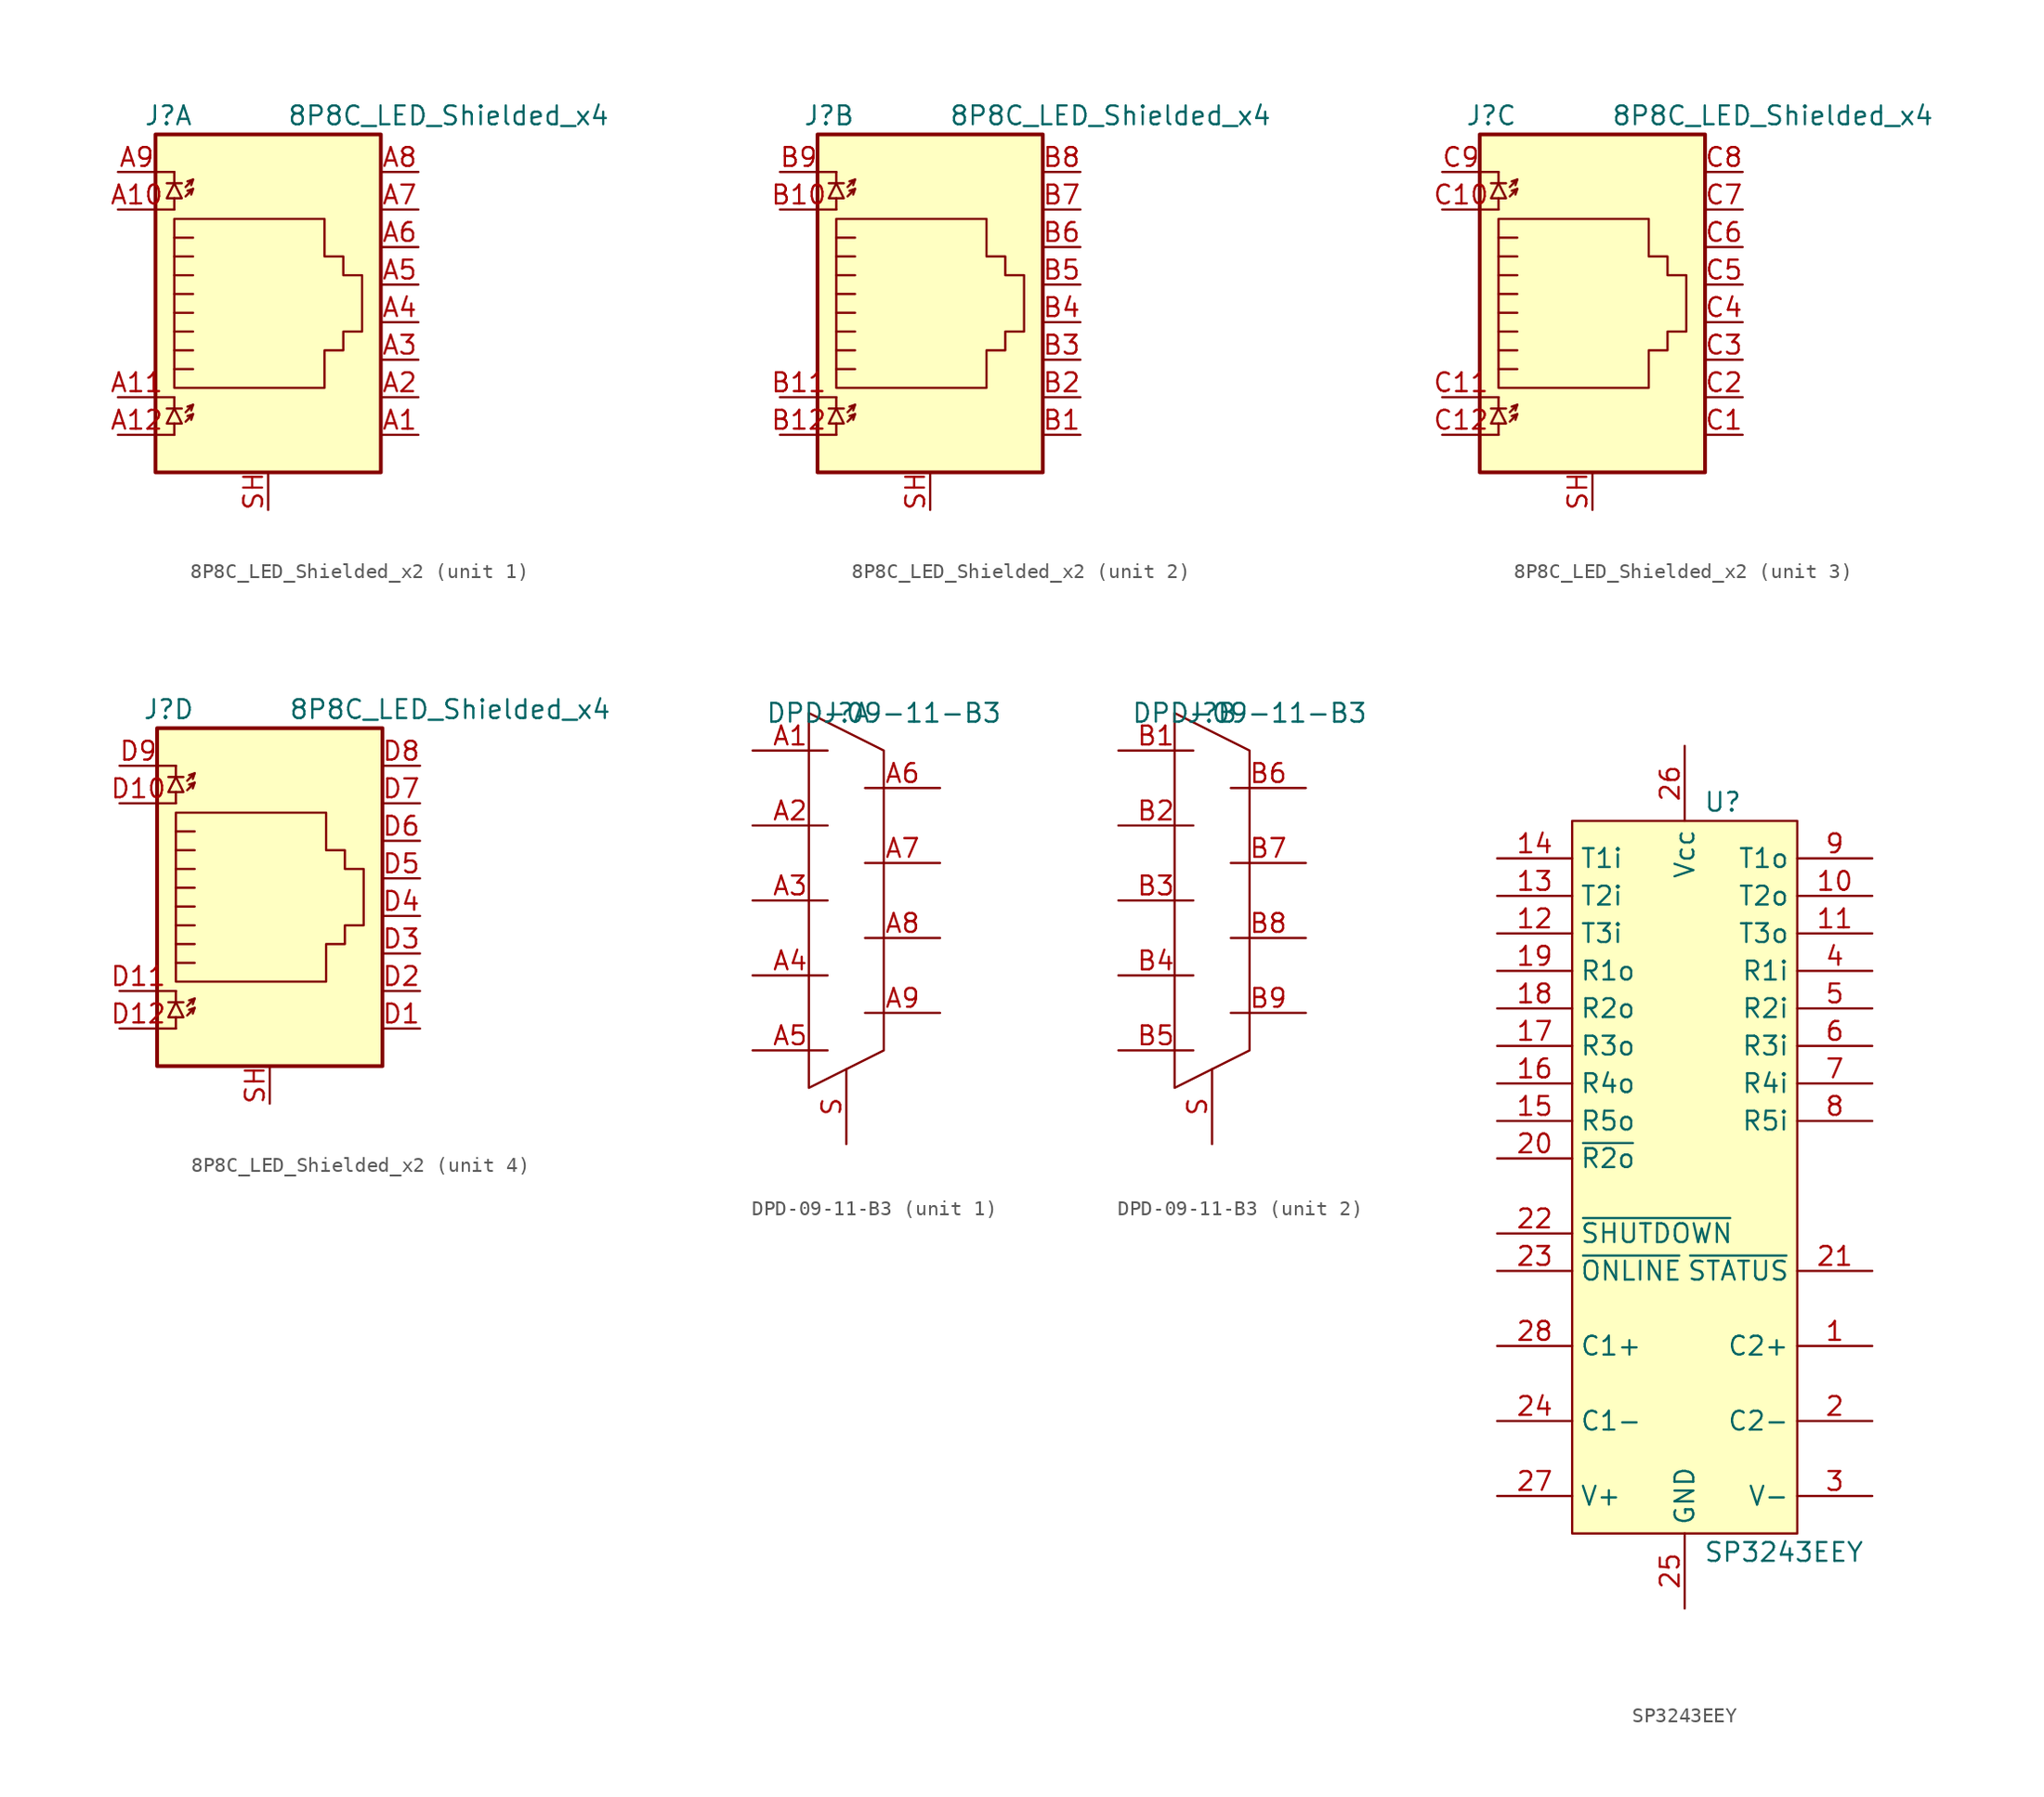
<source format=kicad_sym>
(kicad_symbol_lib
  (version 20231120)
  (generator "kicad_symbol_editor")
  (generator_version "8.0")
  (symbol "8P8C_LED_Shielded_x2"
    (property "Reference" "J"
      (at -5.08 13.97 0)
      (effects (font (size 1.27 1.27)) (justify right)))
    (property "Value" "8P8C_LED_Shielded_x4"
      (at 1.27 13.97 0)
      (effects (font (size 1.27 1.27)) (justify left)))
    (symbol "8P8C_LED_Shielded_x2_0_1"
      (polyline (pts (xy -7.62 -7.62) (xy -6.35 -7.62)) (stroke (width 0) (type default)) (fill (type none)))
      (polyline (pts (xy -7.62 -5.08) (xy -6.35 -5.08)) (stroke (width 0) (type default)) (fill (type none)))
      (polyline (pts (xy -7.62 7.62) (xy -6.35 7.62)) (stroke (width 0) (type default)) (fill (type none)))
      (polyline (pts (xy -7.62 10.16) (xy -6.35 10.16)) (stroke (width 0) (type default)) (fill (type none)))
      (polyline (pts (xy -6.858 -5.842) (xy -5.842 -5.842)) (stroke (width 0) (type default)) (fill (type none)))
      (polyline (pts (xy -6.858 9.398) (xy -5.842 9.398)) (stroke (width 0) (type default)) (fill (type none)))
      (polyline (pts (xy -6.35 -7.62) (xy -6.35 -6.858)) (stroke (width 0) (type default)) (fill (type none)))
      (polyline (pts (xy -6.35 -5.08) (xy -6.35 -5.842)) (stroke (width 0) (type default)) (fill (type none)))
      (polyline (pts (xy -6.35 7.62) (xy -6.35 8.382)) (stroke (width 0) (type default)) (fill (type none)))
      (polyline (pts (xy -6.35 10.16) (xy -6.35 9.398)) (stroke (width 0) (type default)) (fill (type none)))
      (polyline (pts (xy -5.08 -6.223) (xy -5.207 -6.604)) (stroke (width 0) (type default)) (fill (type none)))
      (polyline (pts (xy -5.08 -5.588) (xy -5.207 -5.969)) (stroke (width 0) (type default)) (fill (type none)))
      (polyline (pts (xy -5.08 4.445) (xy -6.35 4.445)) (stroke (width 0) (type default)) (fill (type none)))
      (polyline (pts (xy -5.08 5.715) (xy -6.35 5.715)) (stroke (width 0) (type default)) (fill (type none)))
      (polyline (pts (xy -5.08 9.017) (xy -5.207 8.636)) (stroke (width 0) (type default)) (fill (type none)))
      (polyline (pts (xy -5.08 9.652) (xy -5.207 9.271)) (stroke (width 0) (type default)) (fill (type none)))
      (polyline (pts (xy -6.35 -3.175) (xy -5.08 -3.175) (xy -5.08 -3.175)) (stroke (width 0) (type default)) (fill (type none)))
      (polyline (pts (xy -6.35 -1.905) (xy -5.08 -1.905) (xy -5.08 -1.905)) (stroke (width 0) (type default)) (fill (type none)))
      (polyline (pts (xy -6.35 -0.635) (xy -5.08 -0.635) (xy -5.08 -0.635)) (stroke (width 0) (type default)) (fill (type none)))
      (polyline (pts (xy -6.35 0.635) (xy -5.08 0.635) (xy -5.08 0.635)) (stroke (width 0) (type default)) (fill (type none)))
      (polyline (pts (xy -6.35 1.905) (xy -5.08 1.905) (xy -5.08 1.905)) (stroke (width 0) (type default)) (fill (type none)))
      (polyline (pts (xy -5.588 -6.731) (xy -5.08 -6.223) (xy -5.461 -6.35)) (stroke (width 0) (type default)) (fill (type none)))
      (polyline (pts (xy -5.588 -6.096) (xy -5.08 -5.588) (xy -5.461 -5.715)) (stroke (width 0) (type default)) (fill (type none)))
      (polyline (pts (xy -5.588 8.509) (xy -5.08 9.017) (xy -5.461 8.89)) (stroke (width 0) (type default)) (fill (type none)))
      (polyline (pts (xy -5.588 9.144) (xy -5.08 9.652) (xy -5.461 9.525)) (stroke (width 0) (type default)) (fill (type none)))
      (polyline (pts (xy -5.08 3.175) (xy -6.35 3.175) (xy -6.35 3.175)) (stroke (width 0) (type default)) (fill (type none)))
      (polyline (pts (xy -6.35 -5.842) (xy -6.858 -6.858) (xy -5.842 -6.858) (xy -6.35 -5.842)) (stroke (width 0) (type default)) (fill (type none)))
      (polyline (pts (xy -6.35 9.398) (xy -6.858 8.382) (xy -5.842 8.382) (xy -6.35 9.398)) (stroke (width 0) (type default)) (fill (type none)))
      (polyline (pts (xy -6.35 -4.445) (xy -6.35 6.985) (xy 3.81 6.985) (xy 3.81 4.445) (xy 5.08 4.445) (xy 5.08 3.175) (xy 6.35 3.175) (xy 6.35 -0.635) (xy 5.08 -0.635) (xy 5.08 -1.905) (xy 3.81 -1.905) (xy 3.81 -4.445) (xy -6.35 -4.445) (xy -6.35 -4.445)) (stroke (width 0) (type default)) (fill (type none)))
      (rectangle (start 7.62 12.7) (end -7.62 -10.16) (stroke (width 0.254) (type default)) (fill (type background))))
    (symbol "8P8C_LED_Shielded_x2_1_1"
      (pin passive line (at 10.16 -7.62 180) (length 2.54) (name "~" (effects (font (size 1.27 1.27)))) (number "A1" (effects (font (size 1.27 1.27)))))
      (pin passive line (at -10.16 7.62 0) (length 2.54) (name "~" (effects (font (size 1.27 1.27)))) (number "A10" (effects (font (size 1.27 1.27)))))
      (pin passive line (at -10.16 -5.08 0) (length 2.54) (name "~" (effects (font (size 1.27 1.27)))) (number "A11" (effects (font (size 1.27 1.27)))))
      (pin passive line (at -10.16 -7.62 0) (length 2.54) (name "~" (effects (font (size 1.27 1.27)))) (number "A12" (effects (font (size 1.27 1.27)))))
      (pin passive line (at 10.16 -5.08 180) (length 2.54) (name "~" (effects (font (size 1.27 1.27)))) (number "A2" (effects (font (size 1.27 1.27)))))
      (pin passive line (at 10.16 -2.54 180) (length 2.54) (name "~" (effects (font (size 1.27 1.27)))) (number "A3" (effects (font (size 1.27 1.27)))))
      (pin passive line (at 10.16 0 180) (length 2.54) (name "~" (effects (font (size 1.27 1.27)))) (number "A4" (effects (font (size 1.27 1.27)))))
      (pin passive line (at 10.16 2.54 180) (length 2.54) (name "~" (effects (font (size 1.27 1.27)))) (number "A5" (effects (font (size 1.27 1.27)))))
      (pin passive line (at 10.16 5.08 180) (length 2.54) (name "~" (effects (font (size 1.27 1.27)))) (number "A6" (effects (font (size 1.27 1.27)))))
      (pin passive line (at 10.16 7.62 180) (length 2.54) (name "~" (effects (font (size 1.27 1.27)))) (number "A7" (effects (font (size 1.27 1.27)))))
      (pin passive line (at 10.16 10.16 180) (length 2.54) (name "~" (effects (font (size 1.27 1.27)))) (number "A8" (effects (font (size 1.27 1.27)))))
      (pin passive line (at -10.16 10.16 0) (length 2.54) (name "~" (effects (font (size 1.27 1.27)))) (number "A9" (effects (font (size 1.27 1.27)))))
      (pin passive line (at 0 -12.7 90) (length 2.54) (name "~" (effects (font (size 1.27 1.27)))) (number "SH" (effects (font (size 1.27 1.27))))))
    (symbol "8P8C_LED_Shielded_x2_2_1"
      (pin passive line (at 10.16 -7.62 180) (length 2.54) (name "~" (effects (font (size 1.27 1.27)))) (number "B1" (effects (font (size 1.27 1.27)))))
      (pin passive line (at -10.16 7.62 0) (length 2.54) (name "~" (effects (font (size 1.27 1.27)))) (number "B10" (effects (font (size 1.27 1.27)))))
      (pin passive line (at -10.16 -5.08 0) (length 2.54) (name "~" (effects (font (size 1.27 1.27)))) (number "B11" (effects (font (size 1.27 1.27)))))
      (pin passive line (at -10.16 -7.62 0) (length 2.54) (name "~" (effects (font (size 1.27 1.27)))) (number "B12" (effects (font (size 1.27 1.27)))))
      (pin passive line (at 10.16 -5.08 180) (length 2.54) (name "~" (effects (font (size 1.27 1.27)))) (number "B2" (effects (font (size 1.27 1.27)))))
      (pin passive line (at 10.16 -2.54 180) (length 2.54) (name "~" (effects (font (size 1.27 1.27)))) (number "B3" (effects (font (size 1.27 1.27)))))
      (pin passive line (at 10.16 0 180) (length 2.54) (name "~" (effects (font (size 1.27 1.27)))) (number "B4" (effects (font (size 1.27 1.27)))))
      (pin passive line (at 10.16 2.54 180) (length 2.54) (name "~" (effects (font (size 1.27 1.27)))) (number "B5" (effects (font (size 1.27 1.27)))))
      (pin passive line (at 10.16 5.08 180) (length 2.54) (name "~" (effects (font (size 1.27 1.27)))) (number "B6" (effects (font (size 1.27 1.27)))))
      (pin passive line (at 10.16 7.62 180) (length 2.54) (name "~" (effects (font (size 1.27 1.27)))) (number "B7" (effects (font (size 1.27 1.27)))))
      (pin passive line (at 10.16 10.16 180) (length 2.54) (name "~" (effects (font (size 1.27 1.27)))) (number "B8" (effects (font (size 1.27 1.27)))))
      (pin passive line (at -10.16 10.16 0) (length 2.54) (name "~" (effects (font (size 1.27 1.27)))) (number "B9" (effects (font (size 1.27 1.27)))))
      (pin passive line (at 0 -12.7 90) (length 2.54) (name "~" (effects (font (size 1.27 1.27)))) (number "SH" (effects (font (size 1.27 1.27))))))
    (symbol "8P8C_LED_Shielded_x2_3_1"
      (pin passive line (at 10.16 -7.62 180) (length 2.54) (name "~" (effects (font (size 1.27 1.27)))) (number "C1" (effects (font (size 1.27 1.27)))))
      (pin passive line (at -10.16 7.62 0) (length 2.54) (name "~" (effects (font (size 1.27 1.27)))) (number "C10" (effects (font (size 1.27 1.27)))))
      (pin passive line (at -10.16 -5.08 0) (length 2.54) (name "~" (effects (font (size 1.27 1.27)))) (number "C11" (effects (font (size 1.27 1.27)))))
      (pin passive line (at -10.16 -7.62 0) (length 2.54) (name "~" (effects (font (size 1.27 1.27)))) (number "C12" (effects (font (size 1.27 1.27)))))
      (pin passive line (at 10.16 -5.08 180) (length 2.54) (name "~" (effects (font (size 1.27 1.27)))) (number "C2" (effects (font (size 1.27 1.27)))))
      (pin passive line (at 10.16 -2.54 180) (length 2.54) (name "~" (effects (font (size 1.27 1.27)))) (number "C3" (effects (font (size 1.27 1.27)))))
      (pin passive line (at 10.16 0 180) (length 2.54) (name "~" (effects (font (size 1.27 1.27)))) (number "C4" (effects (font (size 1.27 1.27)))))
      (pin passive line (at 10.16 2.54 180) (length 2.54) (name "~" (effects (font (size 1.27 1.27)))) (number "C5" (effects (font (size 1.27 1.27)))))
      (pin passive line (at 10.16 5.08 180) (length 2.54) (name "~" (effects (font (size 1.27 1.27)))) (number "C6" (effects (font (size 1.27 1.27)))))
      (pin passive line (at 10.16 7.62 180) (length 2.54) (name "~" (effects (font (size 1.27 1.27)))) (number "C7" (effects (font (size 1.27 1.27)))))
      (pin passive line (at 10.16 10.16 180) (length 2.54) (name "~" (effects (font (size 1.27 1.27)))) (number "C8" (effects (font (size 1.27 1.27)))))
      (pin passive line (at -10.16 10.16 0) (length 2.54) (name "~" (effects (font (size 1.27 1.27)))) (number "C9" (effects (font (size 1.27 1.27)))))
      (pin passive line (at 0 -12.7 90) (length 2.54) (name "~" (effects (font (size 1.27 1.27)))) (number "SH" (effects (font (size 1.27 1.27))))))
    (symbol "8P8C_LED_Shielded_x2_4_1"
      (pin passive line (at 10.16 -7.62 180) (length 2.54) (name "~" (effects (font (size 1.27 1.27)))) (number "D1" (effects (font (size 1.27 1.27)))))
      (pin passive line (at -10.16 7.62 0) (length 2.54) (name "~" (effects (font (size 1.27 1.27)))) (number "D10" (effects (font (size 1.27 1.27)))))
      (pin passive line (at -10.16 -5.08 0) (length 2.54) (name "~" (effects (font (size 1.27 1.27)))) (number "D11" (effects (font (size 1.27 1.27)))))
      (pin passive line (at -10.16 -7.62 0) (length 2.54) (name "~" (effects (font (size 1.27 1.27)))) (number "D12" (effects (font (size 1.27 1.27)))))
      (pin passive line (at 10.16 -5.08 180) (length 2.54) (name "~" (effects (font (size 1.27 1.27)))) (number "D2" (effects (font (size 1.27 1.27)))))
      (pin passive line (at 10.16 -2.54 180) (length 2.54) (name "~" (effects (font (size 1.27 1.27)))) (number "D3" (effects (font (size 1.27 1.27)))))
      (pin passive line (at 10.16 0 180) (length 2.54) (name "~" (effects (font (size 1.27 1.27)))) (number "D4" (effects (font (size 1.27 1.27)))))
      (pin passive line (at 10.16 2.54 180) (length 2.54) (name "~" (effects (font (size 1.27 1.27)))) (number "D5" (effects (font (size 1.27 1.27)))))
      (pin passive line (at 10.16 5.08 180) (length 2.54) (name "~" (effects (font (size 1.27 1.27)))) (number "D6" (effects (font (size 1.27 1.27)))))
      (pin passive line (at 10.16 7.62 180) (length 2.54) (name "~" (effects (font (size 1.27 1.27)))) (number "D7" (effects (font (size 1.27 1.27)))))
      (pin passive line (at 10.16 10.16 180) (length 2.54) (name "~" (effects (font (size 1.27 1.27)))) (number "D8" (effects (font (size 1.27 1.27)))))
      (pin passive line (at -10.16 10.16 0) (length 2.54) (name "~" (effects (font (size 1.27 1.27)))) (number "D9" (effects (font (size 1.27 1.27)))))
      (pin passive line (at 0 -12.7 90) (length 2.54) (name "~" (effects (font (size 1.27 1.27)))) (number "SH" (effects (font (size 1.27 1.27)))))))
  (symbol "DPD-09-11-B3"
    (property "Reference" "J"
      (at 0 0 0)
      (effects (font (size 1.27 1.27))))
    (property "Value" "DPD-09-11-B3"
      (at 2.54 0 0)
      (effects (font (size 1.27 1.27))))
    (property "ki_locked" ""
      (at 0 0 0)
      (effects (font (size 1.27 1.27))))
    (symbol "DPD-09-11-B3_1_1"
      (polyline (pts (xy -2.54 0) (xy -2.54 -25.4) (xy 2.54 -22.86) (xy 2.54 -2.54) (xy -2.54 0)) (stroke (width 0) (type default)) (fill (type none)))
      (pin passive line (at -6.35 -2.54 0) (length 5.08) (name "" (effects (font (size 1.27 1.27)))) (number "A1" (effects (font (size 1.27 1.27)))))
      (pin passive line (at -6.35 -7.62 0) (length 5.08) (name "" (effects (font (size 1.27 1.27)))) (number "A2" (effects (font (size 1.27 1.27)))))
      (pin passive line (at -6.35 -12.7 0) (length 5.08) (name "" (effects (font (size 1.27 1.27)))) (number "A3" (effects (font (size 1.27 1.27)))))
      (pin passive line (at -6.35 -17.78 0) (length 5.08) (name "" (effects (font (size 1.27 1.27)))) (number "A4" (effects (font (size 1.27 1.27)))))
      (pin passive line (at -6.35 -22.86 0) (length 5.08) (name "" (effects (font (size 1.27 1.27)))) (number "A5" (effects (font (size 1.27 1.27)))))
      (pin passive line (at 6.35 -5.08 180) (length 5.08) (name "" (effects (font (size 1.27 1.27)))) (number "A6" (effects (font (size 1.27 1.27)))))
      (pin passive line (at 6.35 -10.16 180) (length 5.08) (name "" (effects (font (size 1.27 1.27)))) (number "A7" (effects (font (size 1.27 1.27)))))
      (pin passive line (at 6.35 -15.24 180) (length 5.08) (name "" (effects (font (size 1.27 1.27)))) (number "A8" (effects (font (size 1.27 1.27)))))
      (pin passive line (at 6.35 -20.32 180) (length 5.08) (name "" (effects (font (size 1.27 1.27)))) (number "A9" (effects (font (size 1.27 1.27)))))
      (pin passive line (at 0 -29.21 90) (length 5.08) (name "" (effects (font (size 1.27 1.27)))) (number "S" (effects (font (size 1.27 1.27))))))
    (symbol "DPD-09-11-B3_2_1"
      (polyline (pts (xy -2.54 0) (xy -2.54 -25.4) (xy 2.54 -22.86) (xy 2.54 -2.54) (xy -2.54 0)) (stroke (width 0) (type default)) (fill (type none)))
      (pin passive line (at -6.35 -2.54 0) (length 5.08) (name "" (effects (font (size 1.27 1.27)))) (number "B1" (effects (font (size 1.27 1.27)))))
      (pin passive line (at -6.35 -7.62 0) (length 5.08) (name "" (effects (font (size 1.27 1.27)))) (number "B2" (effects (font (size 1.27 1.27)))))
      (pin passive line (at -6.35 -12.7 0) (length 5.08) (name "" (effects (font (size 1.27 1.27)))) (number "B3" (effects (font (size 1.27 1.27)))))
      (pin passive line (at -6.35 -17.78 0) (length 5.08) (name "" (effects (font (size 1.27 1.27)))) (number "B4" (effects (font (size 1.27 1.27)))))
      (pin passive line (at -6.35 -22.86 0) (length 5.08) (name "" (effects (font (size 1.27 1.27)))) (number "B5" (effects (font (size 1.27 1.27)))))
      (pin passive line (at 6.35 -5.08 180) (length 5.08) (name "" (effects (font (size 1.27 1.27)))) (number "B6" (effects (font (size 1.27 1.27)))))
      (pin passive line (at 6.35 -10.16 180) (length 5.08) (name "" (effects (font (size 1.27 1.27)))) (number "B7" (effects (font (size 1.27 1.27)))))
      (pin passive line (at 6.35 -15.24 180) (length 5.08) (name "" (effects (font (size 1.27 1.27)))) (number "B8" (effects (font (size 1.27 1.27)))))
      (pin passive line (at 6.35 -20.32 180) (length 5.08) (name "" (effects (font (size 1.27 1.27)))) (number "B9" (effects (font (size 1.27 1.27)))))
      (pin passive line (at 0 -29.21 90) (length 5.08) (name "" (effects (font (size 1.27 1.27)))) (number "S" (effects (font (size 1.27 1.27)))))))
  (symbol "SP3243EEY"
    (property "Reference" "U"
      (at 1.27 25.4 0)
      (do_not_autoplace)
      (effects (font (size 1.27 1.27)) (justify left)))
    (property "Value" "SP3243EEY"
      (at 1.27 -25.4 0)
      (do_not_autoplace)
      (effects (font (size 1.27 1.27)) (justify left)))
    (symbol "SP3243EEY_0_0"
      (pin passive line (at 12.7 -11.43 180) (length 5.08) (name "C2+" (effects (font (size 1.27 1.27)))) (number "1" (effects (font (size 1.27 1.27)))))
      (pin output line (at 12.7 19.05 180) (length 5.08) (name "T2o" (effects (font (size 1.27 1.27)))) (number "10" (effects (font (size 1.27 1.27)))))
      (pin output line (at 12.7 16.51 180) (length 5.08) (name "T3o" (effects (font (size 1.27 1.27)))) (number "11" (effects (font (size 1.27 1.27)))))
      (pin input line (at -12.7 16.51 0) (length 5.08) (name "T3i" (effects (font (size 1.27 1.27)))) (number "12" (effects (font (size 1.27 1.27)))))
      (pin input line (at -12.7 19.05 0) (length 5.08) (name "T2i" (effects (font (size 1.27 1.27)))) (number "13" (effects (font (size 1.27 1.27)))))
      (pin input line (at -12.7 21.59 0) (length 5.08) (name "T1i" (effects (font (size 1.27 1.27)))) (number "14" (effects (font (size 1.27 1.27)))))
      (pin output line (at -12.7 3.81 0) (length 5.08) (name "R5o" (effects (font (size 1.27 1.27)))) (number "15" (effects (font (size 1.27 1.27)))))
      (pin output line (at -12.7 6.35 0) (length 5.08) (name "R4o" (effects (font (size 1.27 1.27)))) (number "16" (effects (font (size 1.27 1.27)))))
      (pin output line (at -12.7 8.89 0) (length 5.08) (name "R3o" (effects (font (size 1.27 1.27)))) (number "17" (effects (font (size 1.27 1.27)))))
      (pin output line (at -12.7 11.43 0) (length 5.08) (name "R2o" (effects (font (size 1.27 1.27)))) (number "18" (effects (font (size 1.27 1.27)))))
      (pin output line (at -12.7 13.97 0) (length 5.08) (name "R1o" (effects (font (size 1.27 1.27)))) (number "19" (effects (font (size 1.27 1.27)))))
      (pin passive line (at 12.7 -16.51 180) (length 5.08) (name "C2-" (effects (font (size 1.27 1.27)))) (number "2" (effects (font (size 1.27 1.27)))))
      (pin output line (at -12.7 1.27 0) (length 5.08) (name "~{R2o}" (effects (font (size 1.27 1.27)))) (number "20" (effects (font (size 1.27 1.27)))))
      (pin output line (at 12.7 -6.35 180) (length 5.08) (name "~{STATUS}" (effects (font (size 1.27 1.27)))) (number "21" (effects (font (size 1.27 1.27)))))
      (pin input line (at -12.7 -3.81 0) (length 5.08) (name "~{SHUTDOWN}" (effects (font (size 1.27 1.27)))) (number "22" (effects (font (size 1.27 1.27)))))
      (pin input line (at -12.7 -6.35 0) (length 5.08) (name "~{ONLINE}" (effects (font (size 1.27 1.27)))) (number "23" (effects (font (size 1.27 1.27)))))
      (pin passive line (at -12.7 -16.51 0) (length 5.08) (name "C1-" (effects (font (size 1.27 1.27)))) (number "24" (effects (font (size 1.27 1.27)))))
      (pin power_in line (at 0 -29.21 90) (length 5.08) (name "GND" (effects (font (size 1.27 1.27)))) (number "25" (effects (font (size 1.27 1.27)))))
      (pin power_in line (at 0 29.21 270) (length 5.08) (name "Vcc" (effects (font (size 1.27 1.27)))) (number "26" (effects (font (size 1.27 1.27)))))
      (pin passive line (at -12.7 -21.59 0) (length 5.08) (name "V+" (effects (font (size 1.27 1.27)))) (number "27" (effects (font (size 1.27 1.27)))))
      (pin passive line (at -12.7 -11.43 0) (length 5.08) (name "C1+" (effects (font (size 1.27 1.27)))) (number "28" (effects (font (size 1.27 1.27)))))
      (pin passive line (at 12.7 -21.59 180) (length 5.08) (name "V-" (effects (font (size 1.27 1.27)))) (number "3" (effects (font (size 1.27 1.27)))))
      (pin input line (at 12.7 13.97 180) (length 5.08) (name "R1i" (effects (font (size 1.27 1.27)))) (number "4" (effects (font (size 1.27 1.27)))))
      (pin input line (at 12.7 11.43 180) (length 5.08) (name "R2i" (effects (font (size 1.27 1.27)))) (number "5" (effects (font (size 1.27 1.27)))))
      (pin input line (at 12.7 8.89 180) (length 5.08) (name "R3i" (effects (font (size 1.27 1.27)))) (number "6" (effects (font (size 1.27 1.27)))))
      (pin input line (at 12.7 6.35 180) (length 5.08) (name "R4i" (effects (font (size 1.27 1.27)))) (number "7" (effects (font (size 1.27 1.27)))))
      (pin input line (at 12.7 3.81 180) (length 5.08) (name "R5i" (effects (font (size 1.27 1.27)))) (number "8" (effects (font (size 1.27 1.27)))))
      (pin output line (at 12.7 21.59 180) (length 5.08) (name "T1o" (effects (font (size 1.27 1.27)))) (number "9" (effects (font (size 1.27 1.27))))))
    (symbol "SP3243EEY_1_1"
      (rectangle (start -7.62 24.13) (end 7.62 -24.13) (stroke (width 0) (type default)) (fill (type background))))))
</source>
